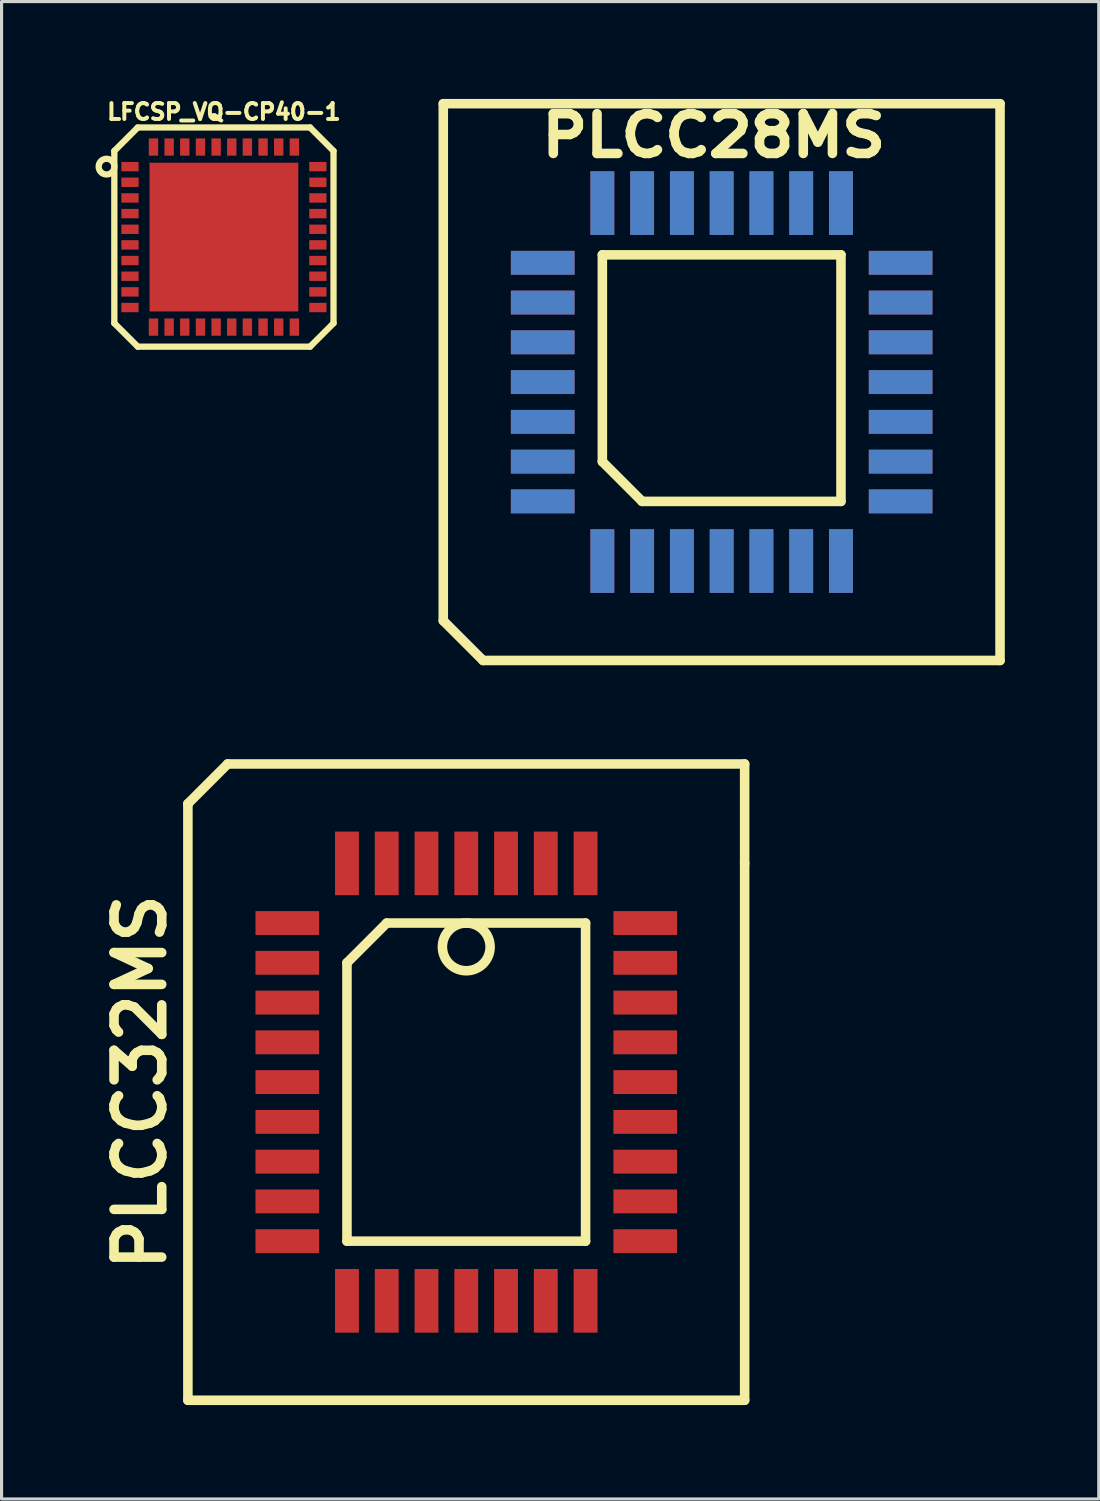
<source format=kicad_pcb>
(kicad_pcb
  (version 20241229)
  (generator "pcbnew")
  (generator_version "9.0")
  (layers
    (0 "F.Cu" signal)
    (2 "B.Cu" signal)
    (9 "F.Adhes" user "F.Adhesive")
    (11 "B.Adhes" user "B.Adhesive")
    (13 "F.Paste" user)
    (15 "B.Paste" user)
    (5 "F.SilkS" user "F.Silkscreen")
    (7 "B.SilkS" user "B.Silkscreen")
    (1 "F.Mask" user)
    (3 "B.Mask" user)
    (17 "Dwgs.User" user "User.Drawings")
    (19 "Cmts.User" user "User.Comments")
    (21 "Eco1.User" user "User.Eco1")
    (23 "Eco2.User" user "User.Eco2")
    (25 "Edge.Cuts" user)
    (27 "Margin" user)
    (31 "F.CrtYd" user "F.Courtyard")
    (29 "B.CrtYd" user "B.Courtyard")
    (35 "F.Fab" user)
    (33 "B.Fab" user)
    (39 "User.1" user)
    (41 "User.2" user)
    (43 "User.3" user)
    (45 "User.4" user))
  (footprint "PLCC32MS"
    (layer "F.Cu")
    (at 11.84 31.507)
    (property "Reference" "PLCC32MS" (at -10.414 0 90) (layer "F.SilkS") (effects (font (size 1.524 1.524) (thickness 0.305))))
    (attr smd)
    (fp_line (start -8.89 -8.89) (end -7.62 -10.16) (stroke (width 0.305) (type solid)) (layer "F.SilkS"))
    (fp_line (start -8.89 10.16) (end -8.89 -8.89) (stroke (width 0.305) (type solid)) (layer "F.SilkS"))
    (fp_line (start -7.62 -10.16) (end 8.89 -10.16) (stroke (width 0.305) (type solid)) (layer "F.SilkS"))
    (fp_line (start -3.81 -3.81) (end -3.81 5.08) (stroke (width 0.305) (type solid)) (layer "F.SilkS"))
    (fp_line (start -3.81 5.08) (end 3.81 5.08) (stroke (width 0.305) (type solid)) (layer "F.SilkS"))
    (fp_line (start -2.54 -5.08) (end -3.81 -3.81) (stroke (width 0.305) (type solid)) (layer "F.SilkS"))
    (fp_line (start 3.81 -5.08) (end -2.54 -5.08) (stroke (width 0.305) (type solid)) (layer "F.SilkS"))
    (fp_line (start 3.81 5.08) (end 3.81 -5.08) (stroke (width 0.305) (type solid)) (layer "F.SilkS"))
    (fp_line (start 8.89 -10.16) (end 8.89 -6.985) (stroke (width 0.305) (type solid)) (layer "F.SilkS"))
    (fp_line (start 8.89 -6.985) (end 8.89 10.16) (stroke (width 0.305) (type solid)) (layer "F.SilkS"))
    (fp_line (start 8.89 10.16) (end -8.89 10.16) (stroke (width 0.305) (type solid)) (layer "F.SilkS"))
    (fp_circle (center 0 -4.318) (end 0 -5.08) (stroke (width 0.305) (type solid)) (fill no) (layer "F.SilkS"))
    (pad "1" smd rect (at 0 -6.985) (size 0.762 2.032) (layers "F.Cu" "F.Mask" "F.Paste"))
    (pad "2" smd rect (at -1.27 -6.985) (size 0.762 2.032) (layers "F.Cu" "F.Mask" "F.Paste"))
    (pad "3" smd rect (at -2.54 -6.985) (size 0.762 2.032) (layers "F.Cu" "F.Mask" "F.Paste"))
    (pad "4" smd rect (at -3.81 -6.985) (size 0.762 2.032) (layers "F.Cu" "F.Mask" "F.Paste"))
    (pad "5" smd rect (at -5.715 -5.08) (size 2.032 0.762) (layers "F.Cu" "F.Mask" "F.Paste"))
    (pad "6" smd rect (at -5.715 -3.81) (size 2.032 0.762) (layers "F.Cu" "F.Mask" "F.Paste"))
    (pad "7" smd rect (at -5.715 -2.54) (size 2.032 0.762) (layers "F.Cu" "F.Mask" "F.Paste"))
    (pad "8" smd rect (at -5.715 -1.27) (size 2.032 0.762) (layers "F.Cu" "F.Mask" "F.Paste"))
    (pad "9" smd rect (at -5.715 0) (size 2.032 0.762) (layers "F.Cu" "F.Mask" "F.Paste"))
    (pad "10" smd rect (at -5.715 1.27) (size 2.032 0.762) (layers "F.Cu" "F.Mask" "F.Paste"))
    (pad "11" smd rect (at -5.715 2.54) (size 2.032 0.762) (layers "F.Cu" "F.Mask" "F.Paste"))
    (pad "12" smd rect (at -5.715 3.81) (size 2.032 0.762) (layers "F.Cu" "F.Mask" "F.Paste"))
    (pad "13" smd rect (at -5.715 5.08) (size 2.032 0.762) (layers "F.Cu" "F.Mask" "F.Paste"))
    (pad "14" smd rect (at -3.81 6.985) (size 0.762 2.032) (layers "F.Cu" "F.Mask" "F.Paste"))
    (pad "15" smd rect (at -2.54 6.985) (size 0.762 2.032) (layers "F.Cu" "F.Mask" "F.Paste"))
    (pad "16" smd rect (at -1.27 6.985) (size 0.762 2.032) (layers "F.Cu" "F.Mask" "F.Paste"))
    (pad "17" smd rect (at 0 6.985) (size 0.762 2.032) (layers "F.Cu" "F.Mask" "F.Paste"))
    (pad "18" smd rect (at 1.27 6.985) (size 0.762 2.032) (layers "F.Cu" "F.Mask" "F.Paste"))
    (pad "19" smd rect (at 2.54 6.985) (size 0.762 2.032) (layers "F.Cu" "F.Mask" "F.Paste"))
    (pad "20" smd rect (at 3.81 6.985) (size 0.762 2.032) (layers "F.Cu" "F.Mask" "F.Paste"))
    (pad "21" smd rect (at 5.715 5.08) (size 2.032 0.762) (layers "F.Cu" "F.Mask" "F.Paste"))
    (pad "22" smd rect (at 5.715 3.81) (size 2.032 0.762) (layers "F.Cu" "F.Mask" "F.Paste"))
    (pad "23" smd rect (at 5.715 2.54) (size 2.032 0.762) (layers "F.Cu" "F.Mask" "F.Paste"))
    (pad "24" smd rect (at 5.715 1.27) (size 2.032 0.762) (layers "F.Cu" "F.Mask" "F.Paste"))
    (pad "25" smd rect (at 5.715 0) (size 2.032 0.762) (layers "F.Cu" "F.Mask" "F.Paste"))
    (pad "26" smd rect (at 5.715 -1.27) (size 2.032 0.762) (layers "F.Cu" "F.Mask" "F.Paste"))
    (pad "27" smd rect (at 5.715 -2.54) (size 2.032 0.762) (layers "F.Cu" "F.Mask" "F.Paste"))
    (pad "28" smd rect (at 5.715 -3.81) (size 2.032 0.762) (layers "F.Cu" "F.Mask" "F.Paste"))
    (pad "29" smd rect (at 5.715 -5.08) (size 2.032 0.762) (layers "F.Cu" "F.Mask" "F.Paste"))
    (pad "30" smd rect (at 3.81 -6.985) (size 0.762 2.032) (layers "F.Cu" "F.Mask" "F.Paste"))
    (pad "31" smd rect (at 2.54 -6.985) (size 0.762 2.032) (layers "F.Cu" "F.Mask" "F.Paste"))
    (pad "32" smd rect (at 1.27 -6.985) (size 0.762 2.032) (layers "F.Cu" "F.Mask" "F.Paste")))
  (footprint "PLCC28MS"
    (layer "F.Cu")
    (at 19.996 9.152)
    (property "Reference" "PLCC28MS" (at -0.254 -7.874 0) (layer "F.SilkS") (effects (font (size 1.27 1.397) (thickness 0.305))))
    (attr smd)
    (fp_line (start -8.89 7.62) (end -8.89 -8.89) (stroke (width 0.305) (type solid)) (layer "F.SilkS"))
    (fp_line (start -8.89 7.62) (end -7.62 8.89) (stroke (width 0.305) (type solid)) (layer "F.SilkS"))
    (fp_line (start -7.62 8.89) (end 8.89 8.89) (stroke (width 0.305) (type solid)) (layer "F.SilkS"))
    (fp_line (start -3.81 -4.064) (end -3.81 2.54) (stroke (width 0.305) (type solid)) (layer "F.SilkS"))
    (fp_line (start -3.81 -4.064) (end 3.81 -4.064) (stroke (width 0.305) (type solid)) (layer "F.SilkS"))
    (fp_line (start -3.81 2.54) (end -2.54 3.81) (stroke (width 0.305) (type solid)) (layer "F.SilkS"))
    (fp_line (start 3.81 -4.064) (end 3.81 3.81) (stroke (width 0.305) (type solid)) (layer "F.SilkS"))
    (fp_line (start 3.81 3.81) (end -2.54 3.81) (stroke (width 0.305) (type solid)) (layer "F.SilkS"))
    (fp_line (start 8.89 -8.89) (end -8.89 -8.89) (stroke (width 0.305) (type solid)) (layer "F.SilkS"))
    (fp_line (start 8.89 8.89) (end 8.89 -8.89) (stroke (width 0.305) (type solid)) (layer "F.SilkS"))
    (pad "1" thru_hole rect (at -5.715 0) (size 2.032 0.762) (drill 0.000001) (layers "F.Cu" "F.Mask"))
    (pad "2" thru_hole rect (at -5.715 1.27) (size 2.032 0.762) (drill 0.000001) (layers "F.Cu" "F.Mask"))
    (pad "3" thru_hole rect (at -5.715 2.54) (size 2.032 0.762) (drill 0.000001) (layers "F.Cu" "F.Mask"))
    (pad "4" thru_hole rect (at -5.715 3.81) (size 2.032 0.762) (drill 0.000001) (layers "F.Cu" "F.Mask"))
    (pad "5" thru_hole rect (at -3.81 5.715) (size 0.762 2.032) (drill 0.000001) (layers "F.Cu" "F.Mask"))
    (pad "6" thru_hole rect (at -2.54 5.715) (size 0.762 2.032) (drill 0.000001) (layers "F.Cu" "F.Mask"))
    (pad "7" thru_hole rect (at -1.27 5.715) (size 0.762 2.032) (drill 0.000001) (layers "F.Cu" "F.Mask"))
    (pad "8" thru_hole rect (at 0 5.715) (size 0.762 2.032) (drill 0.000001) (layers "F.Cu" "F.Mask"))
    (pad "9" thru_hole rect (at 1.27 5.715) (size 0.762 2.032) (drill 0.000001) (layers "F.Cu" "F.Mask"))
    (pad "10" thru_hole rect (at 2.54 5.715) (size 0.762 2.032) (drill 0.000001) (layers "F.Cu" "F.Mask"))
    (pad "11" thru_hole rect (at 3.81 5.715) (size 0.762 2.032) (drill 0.000001) (layers "F.Cu" "F.Mask"))
    (pad "12" thru_hole rect (at 5.715 3.81) (size 2.032 0.762) (drill 0.000001) (layers "F.Cu" "F.Mask"))
    (pad "13" thru_hole rect (at 5.715 2.54) (size 2.032 0.762) (drill 0.000001) (layers "F.Cu" "F.Mask"))
    (pad "14" thru_hole rect (at 5.715 1.27) (size 2.032 0.762) (drill 0.000001) (layers "F.Cu" "F.Mask"))
    (pad "15" thru_hole rect (at 5.715 0) (size 2.032 0.762) (drill 0.000001) (layers "F.Cu" "F.Mask"))
    (pad "16" thru_hole rect (at 5.715 -1.27) (size 2.032 0.762) (drill 0.000001) (layers "F.Cu" "F.Mask"))
    (pad "17" thru_hole rect (at 5.715 -2.54) (size 2.032 0.762) (drill 0.000001) (layers "F.Cu" "F.Mask"))
    (pad "18" thru_hole rect (at 5.715 -3.81) (size 2.032 0.762) (drill 0.000001) (layers "F.Cu" "F.Mask"))
    (pad "19" thru_hole rect (at 3.81 -5.715) (size 0.762 2.032) (drill 0.000001) (layers "F.Cu" "F.Mask"))
    (pad "20" thru_hole rect (at 2.54 -5.715) (size 0.762 2.032) (drill 0.000001) (layers "F.Cu" "F.Mask"))
    (pad "21" thru_hole rect (at 1.27 -5.715) (size 0.762 2.032) (drill 0.000001) (layers "F.Cu" "F.Mask"))
    (pad "22" thru_hole rect (at 0 -5.715) (size 0.762 2.032) (drill 0.000001) (layers "F.Cu" "F.Mask"))
    (pad "23" thru_hole rect (at -1.27 -5.715) (size 0.762 2.032) (drill 0.000001) (layers "F.Cu" "F.Mask"))
    (pad "24" thru_hole rect (at -2.54 -5.715) (size 0.762 2.032) (drill 0.000001) (layers "F.Cu" "F.Mask"))
    (pad "25" thru_hole rect (at -3.81 -5.715) (size 0.762 2.032) (drill 0.000001) (layers "F.Cu" "F.Mask"))
    (pad "26" thru_hole rect (at -5.715 -3.81) (size 2.032 0.762) (drill 0.000001) (layers "F.Cu" "F.Mask"))
    (pad "27" thru_hole rect (at -5.715 -2.54) (size 2.032 0.762) (drill 0.000001) (layers "F.Cu" "F.Mask"))
    (pad "28" thru_hole rect (at -5.715 -1.27) (size 2.032 0.762) (drill 0.000001) (layers "F.Cu" "F.Mask")))
  (footprint "LFCSP_VQ-CP40-1"
    (layer "F.Cu")
    (at 4.101 4.521)
    (property "Reference" "LFCSP_VQ-CP40-1" (at 0 -4 0) (layer "F.SilkS") (effects (font (size 0.508 0.508) (thickness 0.127))))
    (attr through_hole)
    (fp_line (start -3.5 -2.751) (end -2.751 -3.5) (stroke (width 0.201) (type solid)) (layer "F.SilkS"))
    (fp_line (start -3.5 2.751) (end -3.5 -2.751) (stroke (width 0.201) (type solid)) (layer "F.SilkS"))
    (fp_line (start -2.751 -3.5) (end 2.751 -3.5) (stroke (width 0.201) (type solid)) (layer "F.SilkS"))
    (fp_line (start -2.751 3.5) (end -3.5 2.751) (stroke (width 0.201) (type solid)) (layer "F.SilkS"))
    (fp_line (start 2.751 -3.5) (end 3.5 -2.751) (stroke (width 0.201) (type solid)) (layer "F.SilkS"))
    (fp_line (start 2.751 3.5) (end -2.751 3.5) (stroke (width 0.201) (type solid)) (layer "F.SilkS"))
    (fp_line (start 2.751 3.5) (end 3.5 2.751) (stroke (width 0.201) (type solid)) (layer "F.SilkS"))
    (fp_line (start 3.5 -2.751) (end 3.5 2.751) (stroke (width 0.201) (type solid)) (layer "F.SilkS"))
    (fp_circle (center -3.749 -2.25) (end -4 -2.25) (stroke (width 0.201) (type solid)) (fill no) (layer "F.SilkS"))
    (pad "1" smd rect (at -3 -2.25 270) (size 0.3 0.551) (layers "F.Cu" "F.Mask" "F.Paste"))
    (pad "2" smd rect (at -3 -1.75 270) (size 0.3 0.551) (layers "F.Cu" "F.Mask" "F.Paste"))
    (pad "3" smd rect (at -3 -1.25 270) (size 0.3 0.551) (layers "F.Cu" "F.Mask" "F.Paste"))
    (pad "4" smd rect (at -3 -0.749 270) (size 0.3 0.551) (layers "F.Cu" "F.Mask" "F.Paste"))
    (pad "5" smd rect (at -3 -0.249 270) (size 0.3 0.551) (layers "F.Cu" "F.Mask" "F.Paste"))
    (pad "6" smd rect (at -3 0.249 270) (size 0.3 0.551) (layers "F.Cu" "F.Mask" "F.Paste"))
    (pad "7" smd rect (at -3 0.749 270) (size 0.3 0.551) (layers "F.Cu" "F.Mask" "F.Paste"))
    (pad "8" smd rect (at -3 1.25 270) (size 0.3 0.551) (layers "F.Cu" "F.Mask" "F.Paste"))
    (pad "9" smd rect (at -3 1.75 270) (size 0.3 0.551) (layers "F.Cu" "F.Mask" "F.Paste"))
    (pad "10" smd rect (at -3 2.25 270) (size 0.3 0.551) (layers "F.Cu" "F.Mask" "F.Paste"))
    (pad "11" smd rect (at -2.25 2.875) (size 0.3 0.551) (layers "F.Cu" "F.Mask" "F.Paste"))
    (pad "12" smd rect (at -1.75 2.875) (size 0.3 0.551) (layers "F.Cu" "F.Mask" "F.Paste"))
    (pad "13" smd rect (at -1.25 2.875) (size 0.3 0.551) (layers "F.Cu" "F.Mask" "F.Paste"))
    (pad "14" smd rect (at -0.749 2.875) (size 0.3 0.551) (layers "F.Cu" "F.Mask" "F.Paste"))
    (pad "15" smd rect (at -0.249 2.875) (size 0.3 0.551) (layers "F.Cu" "F.Mask" "F.Paste"))
    (pad "16" smd rect (at 0.249 2.875) (size 0.3 0.551) (layers "F.Cu" "F.Mask" "F.Paste"))
    (pad "17" smd rect (at 0.749 2.875) (size 0.3 0.551) (layers "F.Cu" "F.Mask" "F.Paste"))
    (pad "18" smd rect (at 1.25 2.875) (size 0.3 0.551) (layers "F.Cu" "F.Mask" "F.Paste"))
    (pad "19" smd rect (at 1.75 2.875) (size 0.3 0.551) (layers "F.Cu" "F.Mask" "F.Paste"))
    (pad "20" smd rect (at 2.25 2.875) (size 0.3 0.551) (layers "F.Cu" "F.Mask" "F.Paste"))
    (pad "21" smd rect (at 3 2.25 270) (size 0.3 0.551) (layers "F.Cu" "F.Mask" "F.Paste"))
    (pad "22" smd rect (at 3 1.75 270) (size 0.3 0.551) (layers "F.Cu" "F.Mask" "F.Paste"))
    (pad "23" smd rect (at 3 1.25 270) (size 0.3 0.551) (layers "F.Cu" "F.Mask" "F.Paste"))
    (pad "24" smd rect (at 3 0.749 270) (size 0.3 0.551) (layers "F.Cu" "F.Mask" "F.Paste"))
    (pad "25" smd rect (at 3 0.249 270) (size 0.3 0.551) (layers "F.Cu" "F.Mask" "F.Paste"))
    (pad "26" smd rect (at 3 -0.249 270) (size 0.3 0.551) (layers "F.Cu" "F.Mask" "F.Paste"))
    (pad "27" smd rect (at 3 -0.749 270) (size 0.3 0.551) (layers "F.Cu" "F.Mask" "F.Paste"))
    (pad "28" smd rect (at 3 -1.25 270) (size 0.3 0.551) (layers "F.Cu" "F.Mask" "F.Paste"))
    (pad "29" smd rect (at 3 -1.75 270) (size 0.3 0.551) (layers "F.Cu" "F.Mask" "F.Paste"))
    (pad "30" smd rect (at 3 -2.25 270) (size 0.3 0.551) (layers "F.Cu" "F.Mask" "F.Paste"))
    (pad "31" smd rect (at 2.25 -2.875) (size 0.3 0.551) (layers "F.Cu" "F.Mask" "F.Paste"))
    (pad "32" smd rect (at 1.75 -2.875) (size 0.3 0.551) (layers "F.Cu" "F.Mask" "F.Paste"))
    (pad "33" smd rect (at 1.25 -2.875) (size 0.3 0.551) (layers "F.Cu" "F.Mask" "F.Paste"))
    (pad "34" smd rect (at 0.749 -2.875) (size 0.3 0.551) (layers "F.Cu" "F.Mask" "F.Paste"))
    (pad "35" smd rect (at 0.251 -2.875) (size 0.3 0.551) (layers "F.Cu" "F.Mask" "F.Paste"))
    (pad "36" smd rect (at -0.249 -2.875) (size 0.3 0.551) (layers "F.Cu" "F.Mask" "F.Paste"))
    (pad "37" smd rect (at -0.749 -2.875) (size 0.3 0.551) (layers "F.Cu" "F.Mask" "F.Paste"))
    (pad "38" smd rect (at -1.25 -2.875) (size 0.3 0.551) (layers "F.Cu" "F.Mask" "F.Paste"))
    (pad "39" smd rect (at -1.75 -2.875) (size 0.3 0.551) (layers "F.Cu" "F.Mask" "F.Paste"))
    (pad "40" smd rect (at -2.25 -2.875) (size 0.3 0.551) (layers "F.Cu" "F.Mask" "F.Paste"))
    (pad "41" smd rect (at 0 0) (size 4.75 4.75) (layers "F.Cu" "F.Mask" "F.Paste")))
  (gr_rect
    (start -3 -3)
    (end 32.039 44.819)
    (stroke (width 0.1) (type default))
    (fill no)
    (layer "Edge.Cuts")))
</source>
